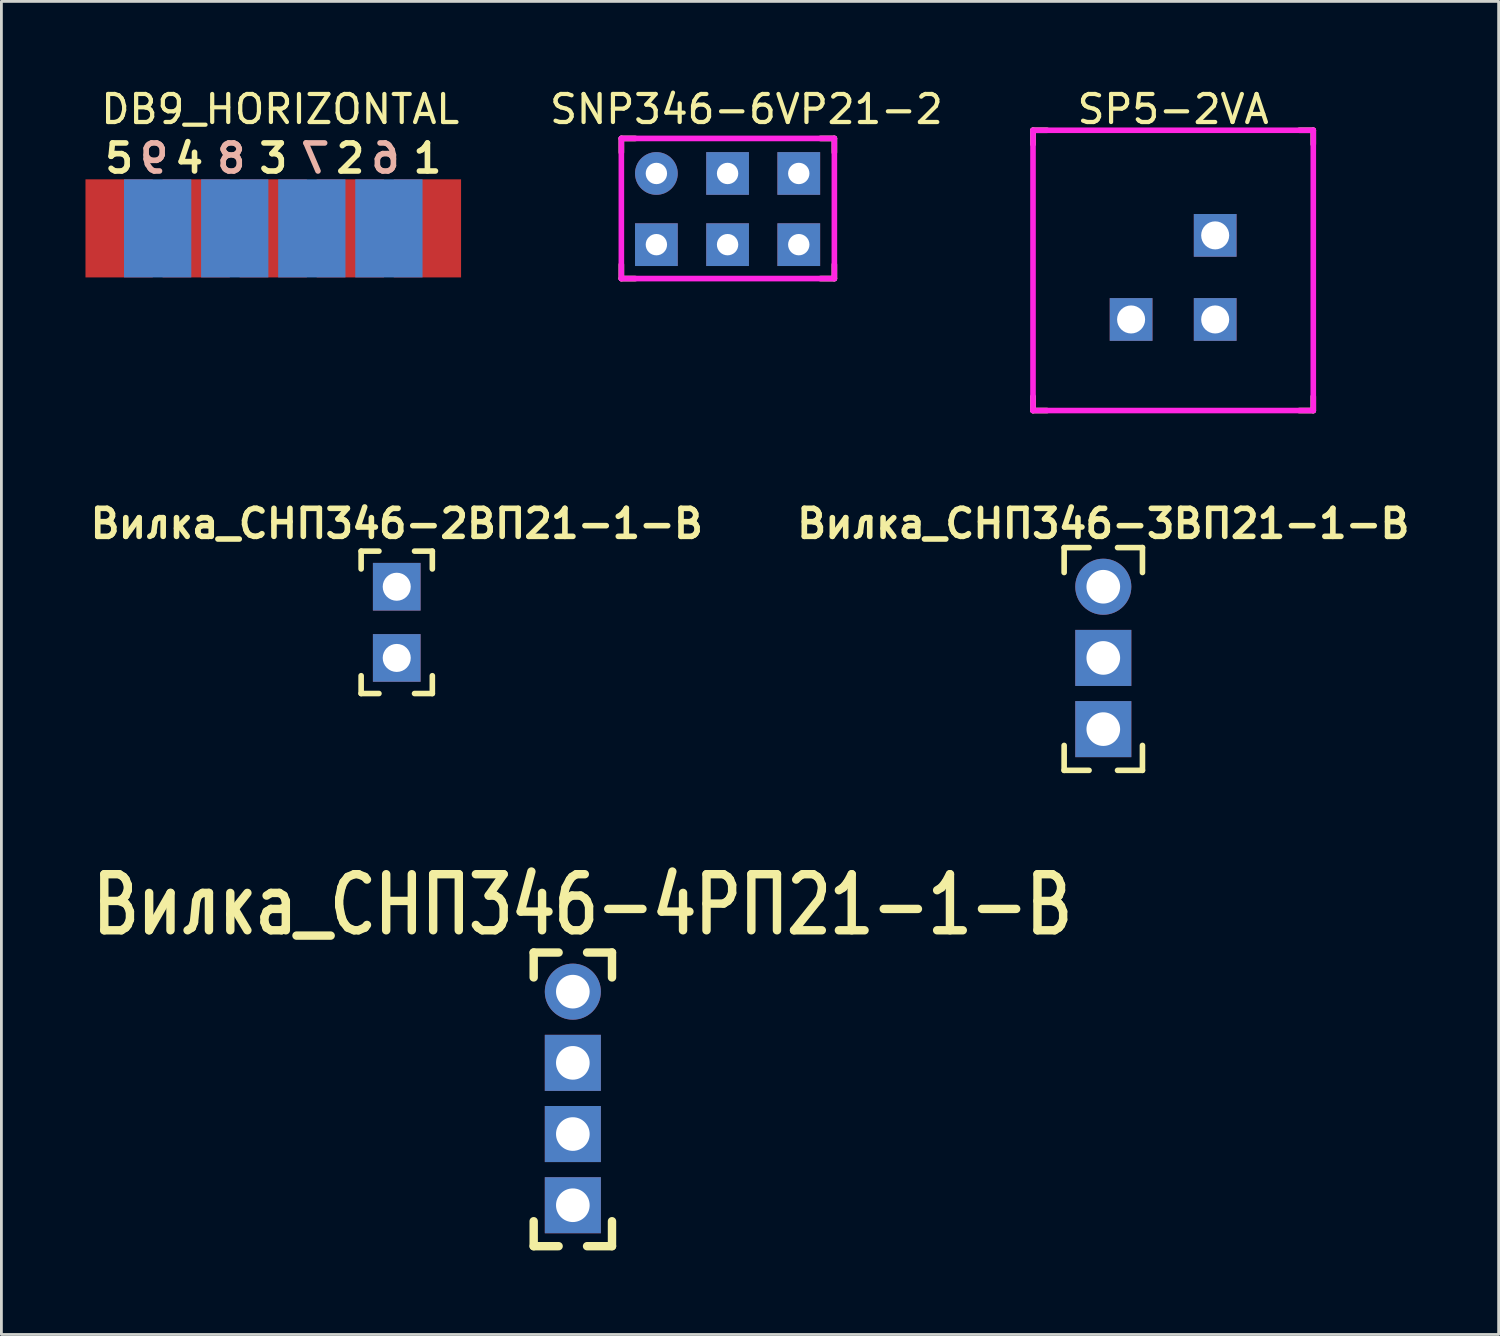
<source format=kicad_pcb>
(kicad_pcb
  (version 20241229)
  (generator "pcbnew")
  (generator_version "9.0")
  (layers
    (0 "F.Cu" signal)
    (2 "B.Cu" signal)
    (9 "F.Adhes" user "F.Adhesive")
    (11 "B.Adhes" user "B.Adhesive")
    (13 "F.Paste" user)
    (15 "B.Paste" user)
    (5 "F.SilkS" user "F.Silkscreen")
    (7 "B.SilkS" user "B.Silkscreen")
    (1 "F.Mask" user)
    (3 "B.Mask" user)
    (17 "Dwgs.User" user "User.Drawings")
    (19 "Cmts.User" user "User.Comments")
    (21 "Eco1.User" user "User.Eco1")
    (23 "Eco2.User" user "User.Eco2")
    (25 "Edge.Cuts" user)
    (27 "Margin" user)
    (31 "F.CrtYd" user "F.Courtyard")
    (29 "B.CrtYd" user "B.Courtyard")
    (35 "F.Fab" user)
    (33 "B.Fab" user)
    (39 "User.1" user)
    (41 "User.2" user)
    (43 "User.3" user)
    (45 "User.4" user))
  (footprint "SP5-2VA"
    (layer "F.Cu")
    (at 37.306 8.348)
    (property "Reference" "SP5-2VA" (at 1.5 -7.5 0) (layer "F.SilkS") (effects (font (size 1 1) (thickness 0.15))))
    (attr through_hole)
    (fp_line (start -3.5 -6.75) (end -3.5 -6.25) (stroke (width 0.2) (type solid)) (layer "F.SilkS"))
    (fp_line (start -3.5 -6.75) (end -3 -6.75) (stroke (width 0.12) (type solid)) (layer "F.SilkS"))
    (fp_line (start -3.5 3.25) (end -3.5 2.75) (stroke (width 0.2) (type solid)) (layer "F.SilkS"))
    (fp_line (start -3.5 3.25) (end -3 3.25) (stroke (width 0.2) (type solid)) (layer "F.SilkS"))
    (fp_line (start -3 -6.75) (end -3.5 -6.75) (stroke (width 0.2) (type solid)) (layer "F.SilkS"))
    (fp_line (start 6.5 -6.75) (end 6 -6.75) (stroke (width 0.2) (type solid)) (layer "F.SilkS"))
    (fp_line (start 6.5 -6.75) (end 6.5 -6.25) (stroke (width 0.2) (type solid)) (layer "F.SilkS"))
    (fp_line (start 6.5 3.25) (end 6 3.25) (stroke (width 0.2) (type solid)) (layer "F.SilkS"))
    (fp_line (start 6.5 3.25) (end 6.5 2.75) (stroke (width 0.2) (type solid)) (layer "F.SilkS"))
    (fp_line (start -3.5 -6.75) (end -3.5 3.25) (stroke (width 0.2) (type solid)) (layer "F.CrtYd"))
    (fp_line (start -3.5 3.25) (end 6.5 3.25) (stroke (width 0.2) (type solid)) (layer "F.CrtYd"))
    (fp_line (start 6.5 -6.75) (end -3.5 -6.75) (stroke (width 0.2) (type solid)) (layer "F.CrtYd"))
    (fp_line (start 6.5 -6.75) (end 6.5 3.25) (stroke (width 0.2) (type solid)) (layer "F.CrtYd"))
    (pad "1" thru_hole rect (at 3 0) (size 1.524 1.524) (drill 1) (layers "*.Cu" "*.Mask"))
    (pad "2" thru_hole rect (at 3 -3) (size 1.524 1.524) (drill 1) (layers "*.Cu" "*.Mask"))
    (pad "3" thru_hole rect (at 0 0) (size 1.524 1.524) (drill 1) (layers "*.Cu" "*.Mask")))
  (footprint "DB9_HORIZONTAL"
    (layer "F.Cu")
    (at 1.2 5.098)
    (property "Reference" "DB9_HORIZONTAL" (at 5.75 -4.25 0) (layer "F.SilkS") (effects (font (size 1 1) (thickness 0.15))))
    (attr through_hole)
    (fp_text user "5" (at 0 -2.5 0) (layer "F.SilkS") (effects (font (size 1 1) (thickness 0.2))))
    (fp_text user "4" (at 2.5 -2.5 0) (layer "F.SilkS") (effects (font (size 1 1) (thickness 0.2))))
    (fp_text user "2" (at 8.25 -2.5 0) (layer "F.SilkS") (effects (font (size 1 1) (thickness 0.2))))
    (fp_text user "1" (at 11 -2.5 0) (layer "F.SilkS") (effects (font (size 1 1) (thickness 0.2))))
    (fp_text user "3" (at 5.5 -2.5 0) (layer "F.SilkS") (effects (font (size 1 1) (thickness 0.2))))
    (fp_text user "6" (at 9.5 -2.5 0) (layer "B.SilkS") (effects (font (size 1 1) (thickness 0.2)) (justify mirror)))
    (fp_text user "9" (at 1.25 -2.5 0) (layer "B.SilkS") (effects (font (size 1 1) (thickness 0.2)) (justify mirror)))
    (fp_text user "8" (at 4 -2.5 0) (layer "B.SilkS") (effects (font (size 1 1) (thickness 0.2)) (justify mirror)))
    (fp_text user "7" (at 7 -2.5 0) (layer "B.SilkS") (effects (font (size 1 1) (thickness 0.2)) (justify mirror)))
    (pad "1" smd rect (at 11 0) (size 2.4 3.5) (layers "F.Cu" "F.Mask" "F.Paste"))
    (pad "2" smd rect (at 8.25 0) (size 2.4 3.5) (layers "F.Cu" "F.Mask" "F.Paste"))
    (pad "3" smd rect (at 5.5 0) (size 2.4 3.5) (layers "F.Cu" "F.Mask" "F.Paste"))
    (pad "4" smd rect (at 2.75 0) (size 2.4 3.5) (layers "F.Cu" "F.Mask" "F.Paste"))
    (pad "5" smd rect (at 0 0) (size 2.4 3.5) (layers "F.Cu" "F.Mask" "F.Paste"))
    (pad "6" smd rect (at 9.625 0) (size 2.4 3.5) (layers "B.Cu" "B.Mask" "B.Paste"))
    (pad "7" smd rect (at 6.875 0) (size 2.4 3.5) (layers "B.Cu" "B.Mask" "B.Paste"))
    (pad "8" smd rect (at 4.125 0) (size 2.4 3.5) (layers "B.Cu" "B.Mask" "B.Paste"))
    (pad "9" smd rect (at 1.375 0) (size 2.4 3.5) (layers "B.Cu" "B.Mask" "B.Paste")))
  (footprint "Вилка_СНП346-2ВП21-1-В"
    (layer "F.Cu")
    (at 11.105 17.884)
    (property "Reference" "Вилка_СНП346-2ВП21-1-В" (at 0 -2.25 0) (layer "F.SilkS") (effects (font (size 1 1) (thickness 0.2))))
    (attr through_hole)
    (fp_line (start -1.27 -1.27) (end -1.27 -0.635) (stroke (width 0.2) (type solid)) (layer "F.SilkS"))
    (fp_line (start -1.27 -1.27) (end -0.635 -1.27) (stroke (width 0.2) (type solid)) (layer "F.SilkS"))
    (fp_line (start -1.27 3.81) (end -1.27 3.175) (stroke (width 0.2) (type solid)) (layer "F.SilkS"))
    (fp_line (start -1.27 3.81) (end -0.635 3.81) (stroke (width 0.2) (type solid)) (layer "F.SilkS"))
    (fp_line (start 0.635 -1.27) (end 1.27 -1.27) (stroke (width 0.2) (type solid)) (layer "F.SilkS"))
    (fp_line (start 0.635 3.81) (end 1.27 3.81) (stroke (width 0.2) (type solid)) (layer "F.SilkS"))
    (fp_line (start 1.27 -1.27) (end 1.27 -0.635) (stroke (width 0.2) (type solid)) (layer "F.SilkS"))
    (fp_line (start 1.27 3.81) (end 1.27 3.175) (stroke (width 0.2) (type solid)) (layer "F.SilkS"))
    (pad "1" thru_hole rect (at 0 0 180) (size 1.7 1.7) (drill 1) (layers "*.Cu" "*.Paste" "*.Mask"))
    (pad "2" thru_hole rect (at 0 2.54 180) (size 1.7 1.7) (drill 1) (layers "*.Cu" "*.Paste" "*.Mask")))
  (footprint "SNP346-6VP21-2"
    (layer "F.Cu")
    (at 20.369 3.139)
    (property "Reference" "SNP346-6VP21-2" (at 3.212 -2.291 0) (layer "F.SilkS") (effects (font (size 1 1) (thickness 0.15))))
    (attr through_hole)
    (fp_line (start -1.25 -1.25) (end -1.25 -0.75) (stroke (width 0.2) (type solid)) (layer "F.SilkS"))
    (fp_line (start -1.25 -1.25) (end -0.75 -1.25) (stroke (width 0.12) (type solid)) (layer "F.SilkS"))
    (fp_line (start -1.25 3.25) (end -1.25 3.75) (stroke (width 0.2) (type solid)) (layer "F.SilkS"))
    (fp_line (start -1.25 3.75) (end -1.25 3.25) (stroke (width 0.12) (type solid)) (layer "F.SilkS"))
    (fp_line (start -1.25 3.75) (end -0.75 3.75) (stroke (width 0.2) (type solid)) (layer "F.SilkS"))
    (fp_line (start -0.75 -1.25) (end -1.25 -1.25) (stroke (width 0.2) (type solid)) (layer "F.SilkS"))
    (fp_line (start 6.35 -1.25) (end 5.85 -1.25) (stroke (width 0.2) (type solid)) (layer "F.SilkS"))
    (fp_line (start 6.35 -0.75) (end 6.35 -1.25) (stroke (width 0.2) (type solid)) (layer "F.SilkS"))
    (fp_line (start 6.35 3.75) (end 5.85 3.75) (stroke (width 0.2) (type solid)) (layer "F.SilkS"))
    (fp_line (start 6.35 3.75) (end 6.35 3.25) (stroke (width 0.2) (type solid)) (layer "F.SilkS"))
    (fp_line (start -1.25 -1.25) (end -1.25 3.75) (stroke (width 0.2) (type solid)) (layer "F.CrtYd"))
    (fp_line (start -1.25 -1.25) (end 6.35 -1.25) (stroke (width 0.2) (type solid)) (layer "F.CrtYd"))
    (fp_line (start -1.25 3.75) (end 6.35 3.75) (stroke (width 0.2) (type solid)) (layer "F.CrtYd"))
    (fp_line (start 6.35 -1.25) (end 6.35 3.75) (stroke (width 0.2) (type solid)) (layer "F.CrtYd"))
    (pad "1" thru_hole circle (at 0 0) (size 1.524 1.524) (drill 0.762) (layers "*.Cu" "*.Mask"))
    (pad "2" thru_hole rect (at 0 2.54) (size 1.524 1.524) (drill 0.762) (layers "*.Cu" "*.Mask"))
    (pad "3" thru_hole rect (at 2.54 0) (size 1.524 1.524) (drill 0.762) (layers "*.Cu" "*.Mask"))
    (pad "4" thru_hole rect (at 2.54 2.54) (size 1.524 1.524) (drill 0.762) (layers "*.Cu" "*.Mask"))
    (pad "5" thru_hole rect (at 5.08 0) (size 1.524 1.524) (drill 0.762) (layers "*.Cu" "*.Mask"))
    (pad "6" thru_hole rect (at 5.08 2.54) (size 1.524 1.524) (drill 0.762) (layers "*.Cu" "*.Mask")))
  (footprint "Вилка_СНП346-3ВП21-1-В"
    (layer "F.Cu")
    (at 36.314 17.884)
    (property "Reference" "Вилка_СНП346-3ВП21-1-В" (at 0 -2.25 0) (layer "F.SilkS") (effects (font (size 1 1) (thickness 0.2))))
    (attr through_hole)
    (fp_line (start -1.397 -1.397) (end -1.397 -0.508) (stroke (width 0.2) (type solid)) (layer "F.SilkS"))
    (fp_line (start -1.397 -1.397) (end -0.508 -1.397) (stroke (width 0.2) (type solid)) (layer "F.SilkS"))
    (fp_line (start -1.397 6.551) (end -1.397 5.662) (stroke (width 0.2) (type solid)) (layer "F.SilkS"))
    (fp_line (start -1.397 6.551) (end -0.508 6.551) (stroke (width 0.2) (type solid)) (layer "F.SilkS"))
    (fp_line (start 1.397 -1.397) (end 0.508 -1.397) (stroke (width 0.2) (type solid)) (layer "F.SilkS"))
    (fp_line (start 1.397 -1.397) (end 1.397 -0.508) (stroke (width 0.2) (type solid)) (layer "F.SilkS"))
    (fp_line (start 1.397 6.551) (end 0.508 6.551) (stroke (width 0.2) (type solid)) (layer "F.SilkS"))
    (fp_line (start 1.397 6.551) (end 1.397 5.662) (stroke (width 0.2) (type solid)) (layer "F.SilkS"))
    (pad "1" thru_hole circle (at 0 0) (size 2 2) (drill 1.2) (layers "*.Cu" "*.Mask"))
    (pad "2" thru_hole rect (at 0 2.54) (size 2 2) (drill 1.2) (layers "*.Cu" "*.Mask"))
    (pad "3" thru_hole rect (at 0 5.08) (size 2 2) (drill 1.2) (layers "*.Cu" "*.Mask")))
  (footprint "Вилка_СНП346-4РП21-1-В"
    (layer "F.Cu")
    (at 17.388 32.331)
    (property "Reference" "Вилка_СНП346-4РП21-1-В" (at 0.35 -3.1 0) (layer "F.SilkS") (effects (font (size 2 1.6) (thickness 0.3))))
    (attr through_hole)
    (fp_line (start -1.397 -1.397) (end -1.397 -0.508) (stroke (width 0.3) (type solid)) (layer "F.SilkS"))
    (fp_line (start -1.397 -1.397) (end -0.508 -1.397) (stroke (width 0.3) (type solid)) (layer "F.SilkS"))
    (fp_line (start -1.397 9.081) (end -1.397 8.191) (stroke (width 0.3) (type solid)) (layer "F.SilkS"))
    (fp_line (start -1.397 9.081) (end -0.508 9.081) (stroke (width 0.3) (type solid)) (layer "F.SilkS"))
    (fp_line (start 1.397 -1.397) (end 0.508 -1.397) (stroke (width 0.3) (type solid)) (layer "F.SilkS"))
    (fp_line (start 1.397 -1.397) (end 1.397 -0.508) (stroke (width 0.3) (type solid)) (layer "F.SilkS"))
    (fp_line (start 1.397 9.081) (end 0.508 9.081) (stroke (width 0.3) (type solid)) (layer "F.SilkS"))
    (fp_line (start 1.397 9.081) (end 1.397 8.191) (stroke (width 0.3) (type solid)) (layer "F.SilkS"))
    (pad "1" thru_hole circle (at 0 0) (size 2 2) (drill 1.2) (layers "*.Cu" "*.Mask"))
    (pad "2" thru_hole rect (at 0 2.54) (size 2 2) (drill 1.2) (layers "*.Cu" "*.Mask"))
    (pad "3" thru_hole rect (at 0 5.08) (size 2 2) (drill 1.2) (layers "*.Cu" "*.Mask"))
    (pad "4" thru_hole rect (at 0 7.62) (size 2 2) (drill 1.2) (layers "*.Cu" "*.Mask")))
  (gr_rect
    (start -3 -3)
    (end 50.419 44.562)
    (stroke (width 0.1) (type default))
    (fill no)
    (layer "Edge.Cuts")))
</source>
